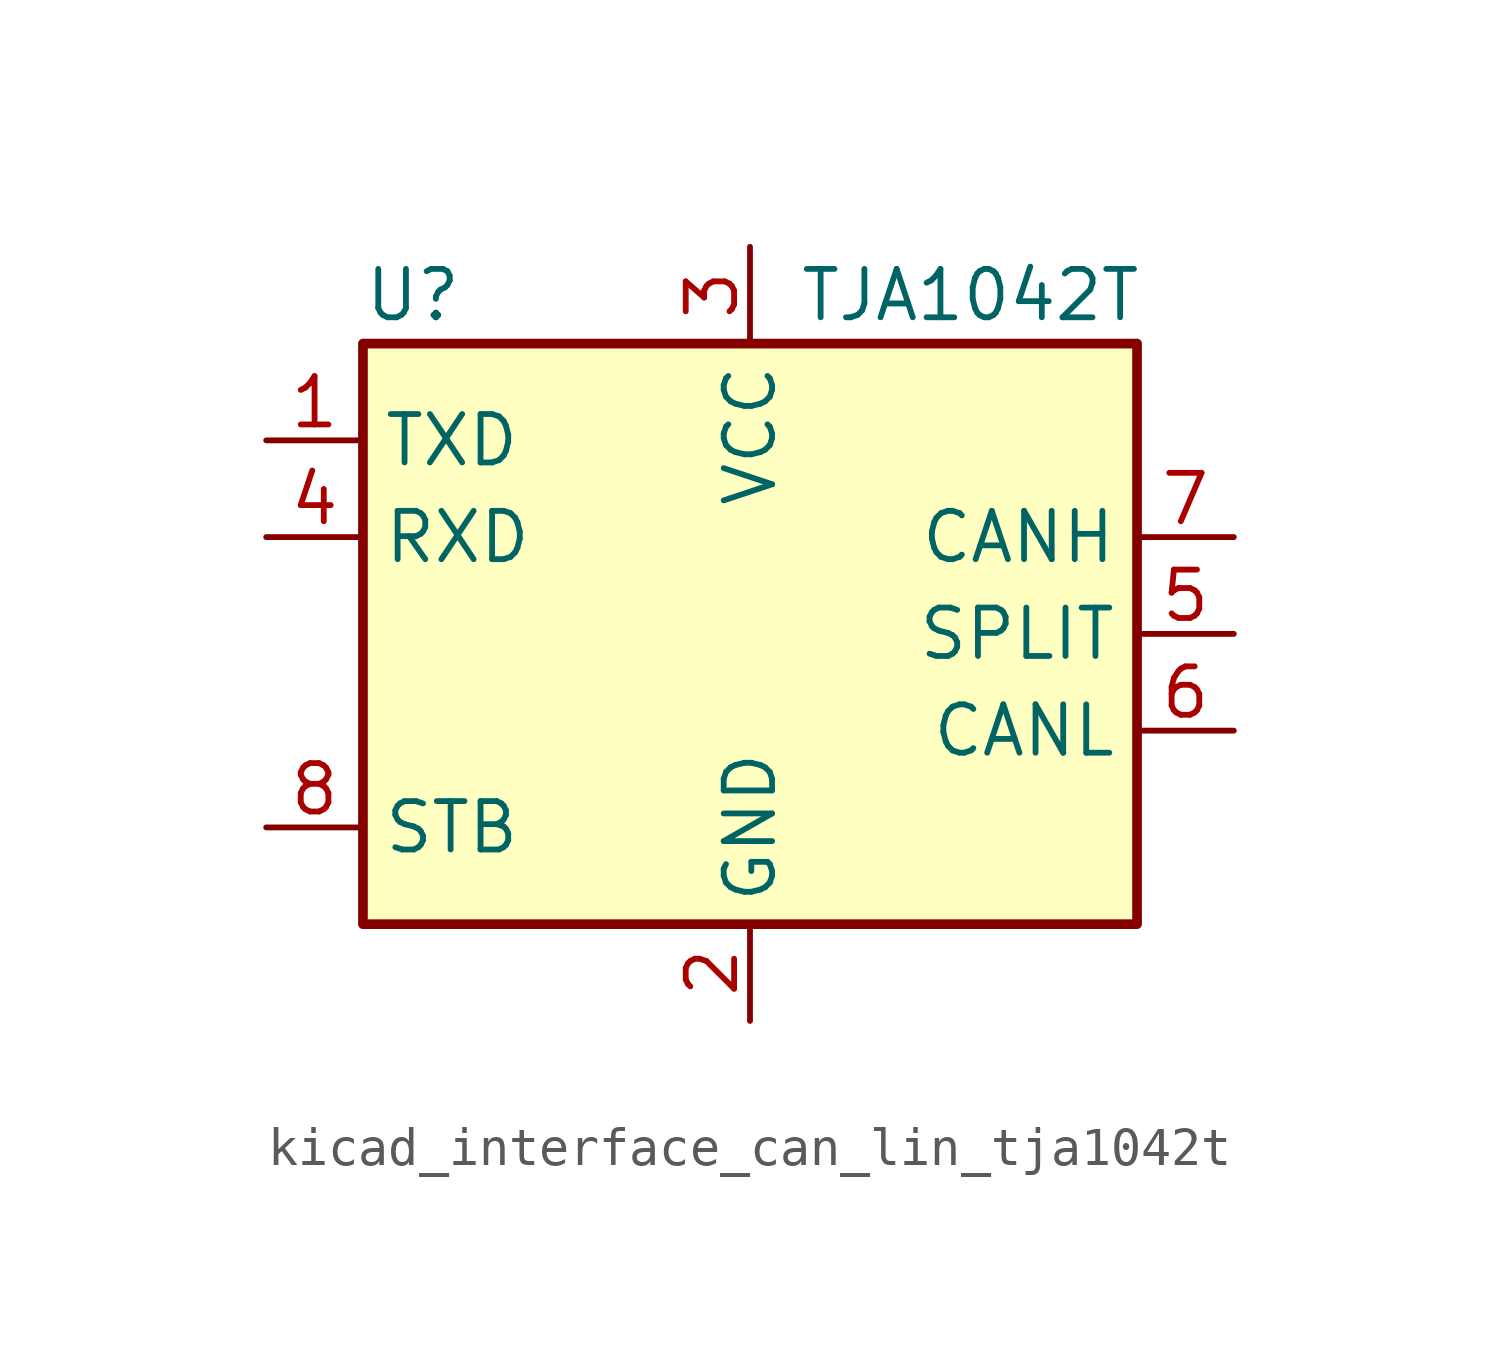
<source format=kicad_sym>
(kicad_symbol_lib
  (version 20220914)
  (generator kicad_symbol_editor)
  (symbol "kicad_interface_can_lin_tja1042t"
    (property "Reference" "U"
      (at -10.16 8.89 0)
      (effects (font (size 1.27 1.27)) (justify left)))
    (property "Value" "TJA1042T"
      (at 1.27 8.89 0)
      (effects (font (size 1.27 1.27)) (justify left)))
    (symbol "kicad_interface_can_lin_tja1042t_0_1"
      (rectangle (start -10.16 7.62) (end 10.16 -7.62) (stroke (width 0.254) (type default)) (fill (type background))))
    (symbol "kicad_interface_can_lin_tja1042t_1_1"
      (pin input line (at -12.7 5.08 0) (length 2.54) (name "TXD" (effects (font (size 1.27 1.27)))) (number "1" (effects (font (size 1.27 1.27)))))
      (pin power_in line (at 0 -10.16 90) (length 2.54) (name "GND" (effects (font (size 1.27 1.27)))) (number "2" (effects (font (size 1.27 1.27)))))
      (pin power_in line (at 0 10.16 270) (length 2.54) (name "VCC" (effects (font (size 1.27 1.27)))) (number "3" (effects (font (size 1.27 1.27)))))
      (pin output line (at -12.7 2.54 0) (length 2.54) (name "RXD" (effects (font (size 1.27 1.27)))) (number "4" (effects (font (size 1.27 1.27)))))
      (pin power_out line (at 12.7 0 180) (length 2.54) (name "SPLIT" (effects (font (size 1.27 1.27)))) (number "5" (effects (font (size 1.27 1.27)))))
      (pin bidirectional line (at 12.7 -2.54 180) (length 2.54) (name "CANL" (effects (font (size 1.27 1.27)))) (number "6" (effects (font (size 1.27 1.27)))))
      (pin bidirectional line (at 12.7 2.54 180) (length 2.54) (name "CANH" (effects (font (size 1.27 1.27)))) (number "7" (effects (font (size 1.27 1.27)))))
      (pin input line (at -12.7 -5.08 0) (length 2.54) (name "STB" (effects (font (size 1.27 1.27)))) (number "8" (effects (font (size 1.27 1.27))))))))
</source>
